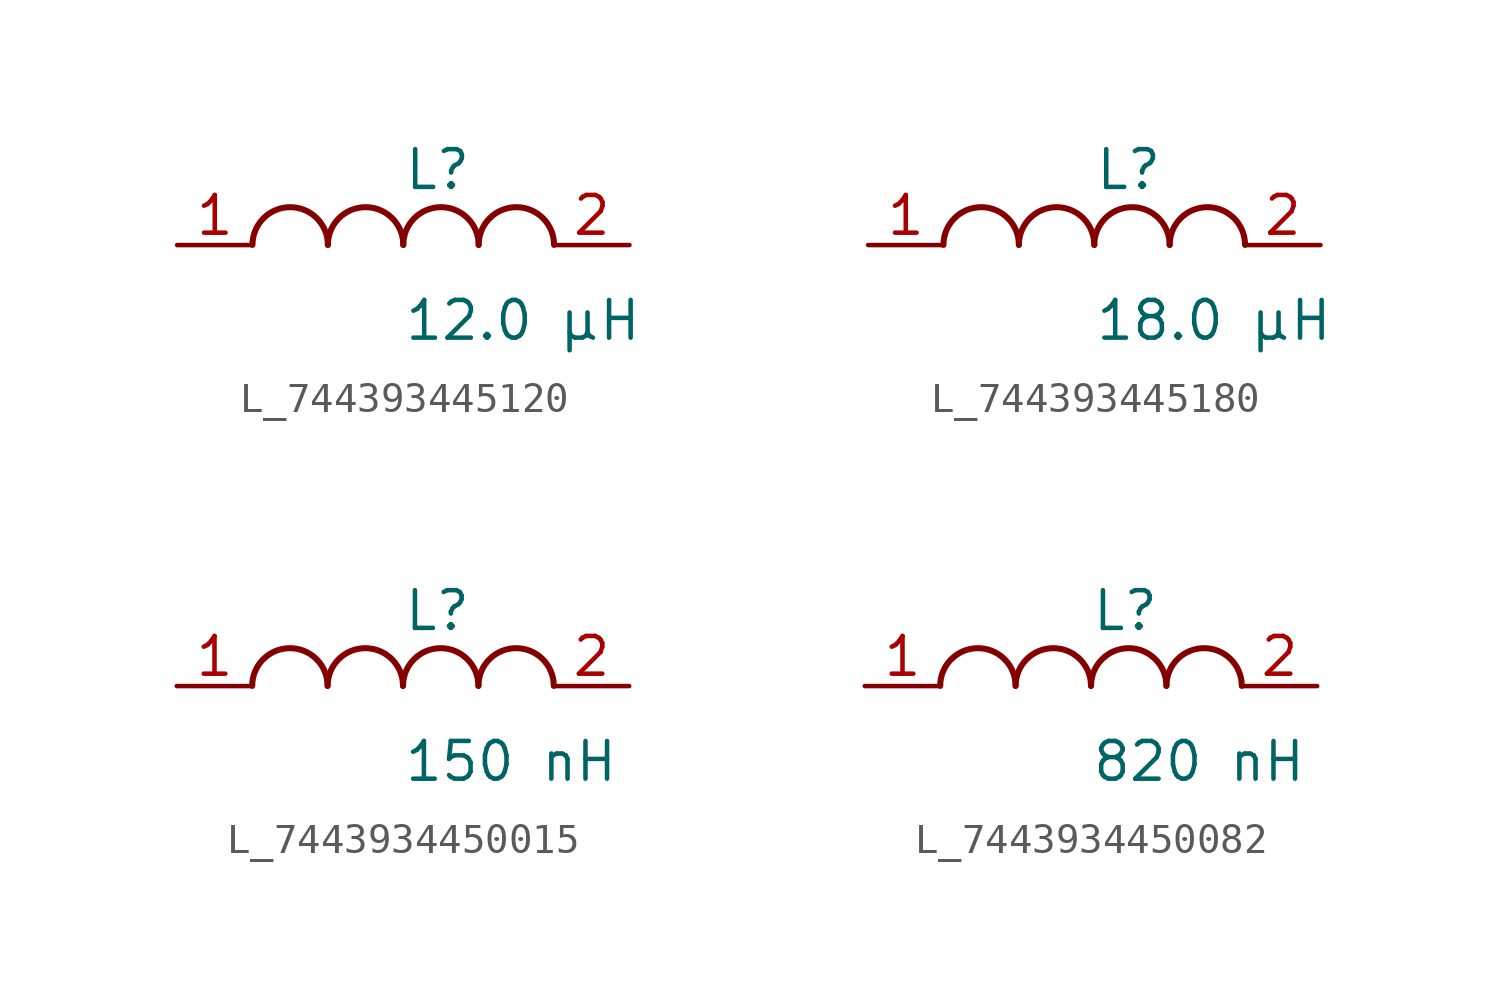
<source format=kicad_sym>
(kicad_symbol_lib
  (version 20231120)
  (generator kicad_symbol_editor)
  (generator_version 8.0)
  (symbol "L_744393445120"
    (pin_names
      (offset 0.254))
    (property "Reference" "L"
      (at 0 2.54 0)
      (effects (font (size 1.27 1.27)) (justify left)))
    (property "Value" "12.0 µH"
      (at 0 -2.54 0)
      (effects (font (size 1.27 1.27)) (justify left)))
    (symbol "L_744393445120_1_1"
      (arc (start -2.54 0.0056) (mid -3.81 1.27) (end -5.08 0.0056) (stroke (width 0.2032) (type default)) (fill (type none)))
      (arc (start 0 0.0056) (mid -1.27 1.27) (end -2.54 0.0056) (stroke (width 0.2032) (type default)) (fill (type none)))
      (arc (start 2.54 0.0056) (mid 1.27 1.27) (end 0 0.0056) (stroke (width 0.2032) (type default)) (fill (type none)))
      (arc (start 5.08 0.0056) (mid 3.81 1.27) (end 2.54 0.0056) (stroke (width 0.2032) (type default)) (fill (type none)))
      (pin unspecified line (at -7.62 0 0) (length 2.54) (name "" (effects (font (size 1.27 1.27)))) (number "1" (effects (font (size 1.27 1.27)))))
      (pin unspecified line (at 7.62 0 180) (length 2.54) (name "" (effects (font (size 1.27 1.27)))) (number "2" (effects (font (size 1.27 1.27)))))))
  (symbol "L_744393445180"
    (pin_names
      (offset 0.254))
    (property "Reference" "L"
      (at 0 2.54 0)
      (effects (font (size 1.27 1.27)) (justify left)))
    (property "Value" "18.0 µH"
      (at 0 -2.54 0)
      (effects (font (size 1.27 1.27)) (justify left)))
    (symbol "L_744393445180_1_1"
      (arc (start -2.54 0.0056) (mid -3.81 1.27) (end -5.08 0.0056) (stroke (width 0.2032) (type default)) (fill (type none)))
      (arc (start 0 0.0056) (mid -1.27 1.27) (end -2.54 0.0056) (stroke (width 0.2032) (type default)) (fill (type none)))
      (arc (start 2.54 0.0056) (mid 1.27 1.27) (end 0 0.0056) (stroke (width 0.2032) (type default)) (fill (type none)))
      (arc (start 5.08 0.0056) (mid 3.81 1.27) (end 2.54 0.0056) (stroke (width 0.2032) (type default)) (fill (type none)))
      (pin unspecified line (at -7.62 0 0) (length 2.54) (name "" (effects (font (size 1.27 1.27)))) (number "1" (effects (font (size 1.27 1.27)))))
      (pin unspecified line (at 7.62 0 180) (length 2.54) (name "" (effects (font (size 1.27 1.27)))) (number "2" (effects (font (size 1.27 1.27)))))))
  (symbol "L_7443934450015"
    (pin_names
      (offset 0.254))
    (property "Reference" "L"
      (at 0 2.54 0)
      (effects (font (size 1.27 1.27)) (justify left)))
    (property "Value" "150 nH"
      (at 0 -2.54 0)
      (effects (font (size 1.27 1.27)) (justify left)))
    (symbol "L_7443934450015_1_1"
      (arc (start -2.54 0.0056) (mid -3.81 1.27) (end -5.08 0.0056) (stroke (width 0.2032) (type default)) (fill (type none)))
      (arc (start 0 0.0056) (mid -1.27 1.27) (end -2.54 0.0056) (stroke (width 0.2032) (type default)) (fill (type none)))
      (arc (start 2.54 0.0056) (mid 1.27 1.27) (end 0 0.0056) (stroke (width 0.2032) (type default)) (fill (type none)))
      (arc (start 5.08 0.0056) (mid 3.81 1.27) (end 2.54 0.0056) (stroke (width 0.2032) (type default)) (fill (type none)))
      (pin unspecified line (at -7.62 0 0) (length 2.54) (name "" (effects (font (size 1.27 1.27)))) (number "1" (effects (font (size 1.27 1.27)))))
      (pin unspecified line (at 7.62 0 180) (length 2.54) (name "" (effects (font (size 1.27 1.27)))) (number "2" (effects (font (size 1.27 1.27)))))))
  (symbol "L_7443934450082"
    (pin_names
      (offset 0.254))
    (property "Reference" "L"
      (at 0 2.54 0)
      (effects (font (size 1.27 1.27)) (justify left)))
    (property "Value" "820 nH"
      (at 0 -2.54 0)
      (effects (font (size 1.27 1.27)) (justify left)))
    (symbol "L_7443934450082_1_1"
      (arc (start -2.54 0.0056) (mid -3.81 1.27) (end -5.08 0.0056) (stroke (width 0.2032) (type default)) (fill (type none)))
      (arc (start 0 0.0056) (mid -1.27 1.27) (end -2.54 0.0056) (stroke (width 0.2032) (type default)) (fill (type none)))
      (arc (start 2.54 0.0056) (mid 1.27 1.27) (end 0 0.0056) (stroke (width 0.2032) (type default)) (fill (type none)))
      (arc (start 5.08 0.0056) (mid 3.81 1.27) (end 2.54 0.0056) (stroke (width 0.2032) (type default)) (fill (type none)))
      (pin unspecified line (at -7.62 0 0) (length 2.54) (name "" (effects (font (size 1.27 1.27)))) (number "1" (effects (font (size 1.27 1.27)))))
      (pin unspecified line (at 7.62 0 180) (length 2.54) (name "" (effects (font (size 1.27 1.27)))) (number "2" (effects (font (size 1.27 1.27))))))))
</source>
